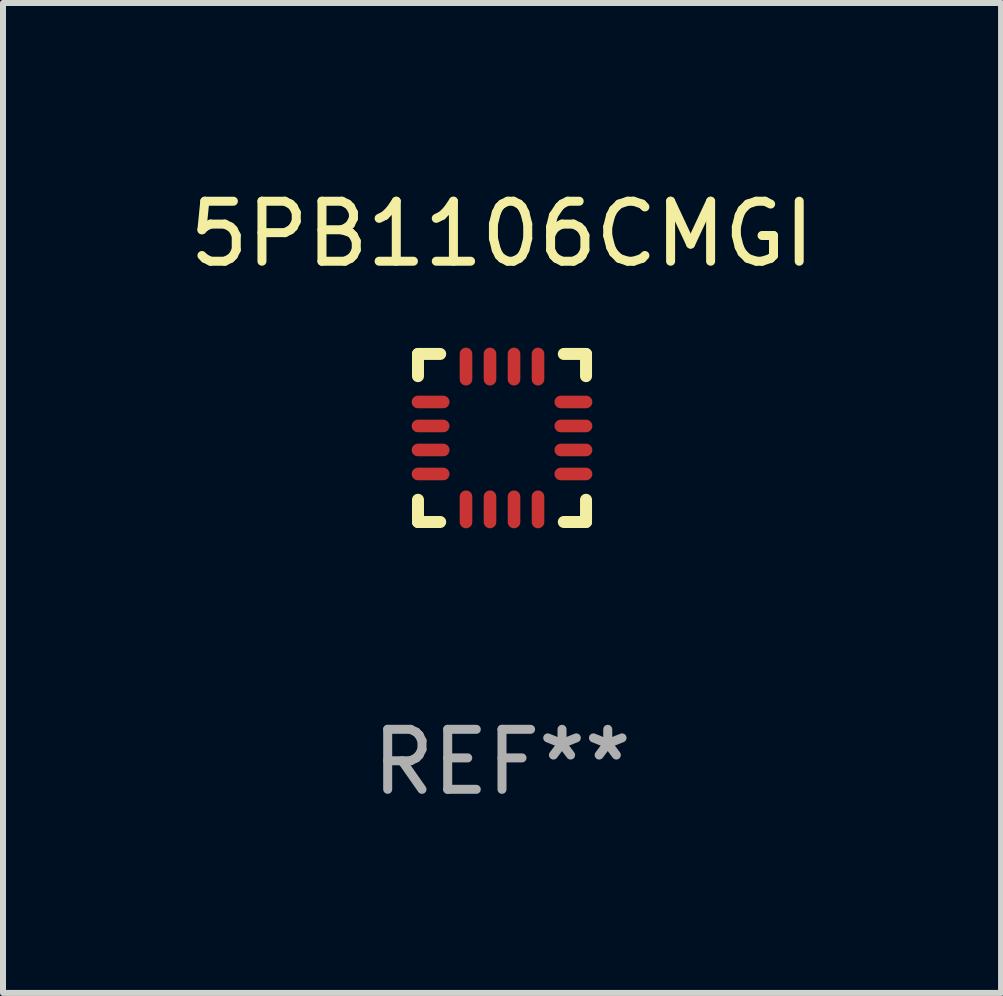
<source format=kicad_pcb>
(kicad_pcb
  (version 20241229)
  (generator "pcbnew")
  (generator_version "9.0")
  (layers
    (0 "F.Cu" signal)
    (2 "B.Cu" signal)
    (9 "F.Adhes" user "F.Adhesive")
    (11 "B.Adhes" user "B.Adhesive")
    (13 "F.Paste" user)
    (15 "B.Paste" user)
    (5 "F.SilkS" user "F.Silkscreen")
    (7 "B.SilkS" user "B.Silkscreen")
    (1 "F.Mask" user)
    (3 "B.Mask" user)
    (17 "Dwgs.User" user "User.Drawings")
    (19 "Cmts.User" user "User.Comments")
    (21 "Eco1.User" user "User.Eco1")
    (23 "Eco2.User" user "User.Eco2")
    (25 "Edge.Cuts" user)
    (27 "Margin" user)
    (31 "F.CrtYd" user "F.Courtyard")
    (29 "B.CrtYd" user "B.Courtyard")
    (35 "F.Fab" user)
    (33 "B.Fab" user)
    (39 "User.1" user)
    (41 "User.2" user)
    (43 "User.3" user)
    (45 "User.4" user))
  (footprint "5PB1106CMGI"
    (layer "F.Cu")
    (at 5.315 4.248)
    (property "Reference" "5PB1106CMGI" (at 0 -3.4 0) (layer "F.SilkS") (effects (font (size 1 1) (thickness 0.15))))
    (attr through_hole)
    (fp_line (start -1.4 -1.4) (end -1.03 -1.4) (stroke (width 0.2) (type solid)) (layer "F.SilkS"))
    (fp_line (start -1.4 -1.03) (end -1.4 -1.4) (stroke (width 0.2) (type solid)) (layer "F.SilkS"))
    (fp_line (start -1.4 1.4) (end -1.4 1.03) (stroke (width 0.2) (type solid)) (layer "F.SilkS"))
    (fp_line (start -1.03 1.4) (end -1.4 1.4) (stroke (width 0.2) (type solid)) (layer "F.SilkS"))
    (fp_line (start 1.03 1.4) (end 1.4 1.4) (stroke (width 0.2) (type solid)) (layer "F.SilkS"))
    (fp_line (start 1.4 -1.4) (end 1.03 -1.4) (stroke (width 0.2) (type solid)) (layer "F.SilkS"))
    (fp_line (start 1.4 -1.03) (end 1.4 -1.4) (stroke (width 0.2) (type solid)) (layer "F.SilkS"))
    (fp_line (start 1.4 1.4) (end 1.4 1.03) (stroke (width 0.2) (type solid)) (layer "F.SilkS"))
    (fp_text user "REF**" (at 0 5.4 0) (layer "F.Fab") (effects (font (size 1 1) (thickness 0.15))))
    (pad "1" smd oval (at -1.19 -0.6 270) (size 0.21 0.63) (layers "F.Cu" "F.Mask" "F.Paste"))
    (pad "2" smd oval (at -1.19 -0.2 270) (size 0.21 0.63) (layers "F.Cu" "F.Mask" "F.Paste"))
    (pad "3" smd oval (at -1.19 0.2 270) (size 0.21 0.63) (layers "F.Cu" "F.Mask" "F.Paste"))
    (pad "4" smd oval (at -1.19 0.6 270) (size 0.21 0.63) (layers "F.Cu" "F.Mask" "F.Paste"))
    (pad "5" smd oval (at -0.6 1.19) (size 0.21 0.63) (layers "F.Cu" "F.Mask" "F.Paste"))
    (pad "6" smd oval (at -0.2 1.19) (size 0.21 0.63) (layers "F.Cu" "F.Mask" "F.Paste"))
    (pad "7" smd oval (at 0.2 1.19) (size 0.21 0.63) (layers "F.Cu" "F.Mask" "F.Paste"))
    (pad "8" smd oval (at 0.6 1.19) (size 0.21 0.63) (layers "F.Cu" "F.Mask" "F.Paste"))
    (pad "9" smd oval (at 1.19 0.6 90) (size 0.21 0.63) (layers "F.Cu" "F.Mask" "F.Paste"))
    (pad "10" smd oval (at 1.19 0.2 90) (size 0.21 0.63) (layers "F.Cu" "F.Mask" "F.Paste"))
    (pad "11" smd oval (at 1.19 -0.2 90) (size 0.21 0.63) (layers "F.Cu" "F.Mask" "F.Paste"))
    (pad "12" smd oval (at 1.19 -0.6 90) (size 0.21 0.63) (layers "F.Cu" "F.Mask" "F.Paste"))
    (pad "13" smd oval (at 0.6 -1.19) (size 0.21 0.63) (layers "F.Cu" "F.Mask" "F.Paste"))
    (pad "14" smd oval (at 0.2 -1.19) (size 0.21 0.63) (layers "F.Cu" "F.Mask" "F.Paste"))
    (pad "15" smd oval (at -0.2 -1.19) (size 0.21 0.63) (layers "F.Cu" "F.Mask" "F.Paste"))
    (pad "16" smd oval (at -0.6 -1.19) (size 0.21 0.63) (layers "F.Cu" "F.Mask" "F.Paste")))
  (gr_rect
    (start -3 -3)
    (end 13.631 13.496)
    (stroke (width 0.1) (type default))
    (fill no)
    (layer "Edge.Cuts")))
</source>
